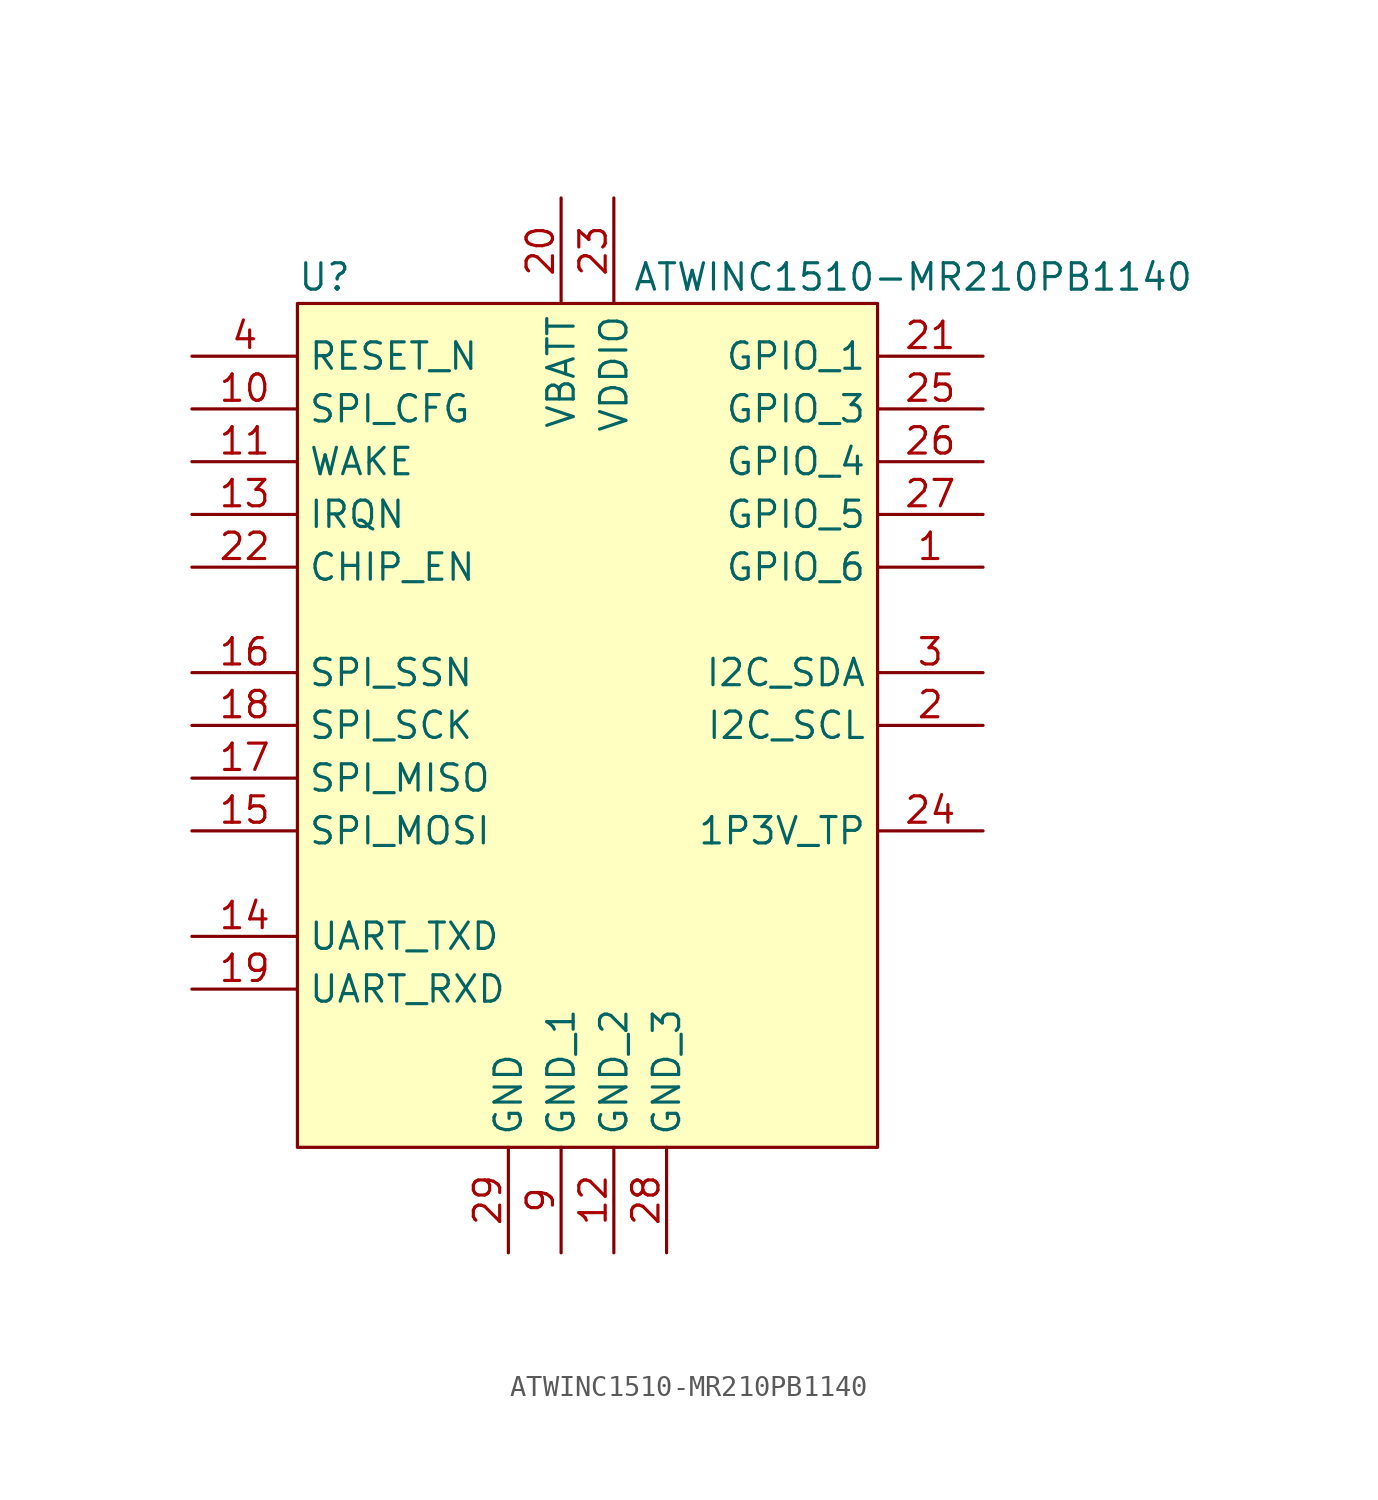
<source format=kicad_sym>
(kicad_symbol_lib
  (version 20220914)
  (generator kicad_symbol_editor)
  (symbol "ATWINC1510-MR210PB1140"
    (property "Reference" "U"
      (at -13.97 21.59 0)
      (effects (font (size 1.27 1.27)) (justify left)))
    (property "Value" "ATWINC1510-MR210PB1140"
      (at 29.21 21.59 0)
      (effects (font (size 1.27 1.27)) (justify right)))
    (symbol "ATWINC1510-MR210PB1140_0_0"
      (pin bidirectional line (at 19.05 7.62 180) (length 5.08) (name "GPIO_6" (effects (font (size 1.27 1.27)))) (number "1" (effects (font (size 1.27 1.27)))))
      (pin passive line (at -19.05 15.24 0) (length 5.08) (name "SPI_CFG" (effects (font (size 1.27 1.27)))) (number "10" (effects (font (size 1.27 1.27)))))
      (pin passive line (at -19.05 12.7 0) (length 5.08) (name "WAKE" (effects (font (size 1.27 1.27)))) (number "11" (effects (font (size 1.27 1.27)))))
      (pin power_in line (at 1.27 -25.4 90) (length 5.08) (name "GND_2" (effects (font (size 1.27 1.27)))) (number "12" (effects (font (size 1.27 1.27)))))
      (pin passive line (at -19.05 10.16 0) (length 5.08) (name "IRQN" (effects (font (size 1.27 1.27)))) (number "13" (effects (font (size 1.27 1.27)))))
      (pin output line (at -19.05 -10.16 0) (length 5.08) (name "UART_TXD" (effects (font (size 1.27 1.27)))) (number "14" (effects (font (size 1.27 1.27)))))
      (pin input line (at -19.05 -5.08 0) (length 5.08) (name "SPI_MOSI" (effects (font (size 1.27 1.27)))) (number "15" (effects (font (size 1.27 1.27)))))
      (pin input line (at -19.05 2.54 0) (length 5.08) (name "SPI_SSN" (effects (font (size 1.27 1.27)))) (number "16" (effects (font (size 1.27 1.27)))))
      (pin output line (at -19.05 -2.54 0) (length 5.08) (name "SPI_MISO" (effects (font (size 1.27 1.27)))) (number "17" (effects (font (size 1.27 1.27)))))
      (pin input line (at -19.05 0 0) (length 5.08) (name "SPI_SCK" (effects (font (size 1.27 1.27)))) (number "18" (effects (font (size 1.27 1.27)))))
      (pin input line (at -19.05 -12.7 0) (length 5.08) (name "UART_RXD" (effects (font (size 1.27 1.27)))) (number "19" (effects (font (size 1.27 1.27)))))
      (pin bidirectional line (at 19.05 0 180) (length 5.08) (name "I2C_SCL" (effects (font (size 1.27 1.27)))) (number "2" (effects (font (size 1.27 1.27)))))
      (pin passive line (at -1.27 25.4 270) (length 5.08) (name "VBATT" (effects (font (size 1.27 1.27)))) (number "20" (effects (font (size 1.27 1.27)))))
      (pin bidirectional line (at 19.05 17.78 180) (length 5.08) (name "GPIO_1" (effects (font (size 1.27 1.27)))) (number "21" (effects (font (size 1.27 1.27)))))
      (pin input line (at -19.05 7.62 0) (length 5.08) (name "CHIP_EN" (effects (font (size 1.27 1.27)))) (number "22" (effects (font (size 1.27 1.27)))))
      (pin passive line (at 1.27 25.4 270) (length 5.08) (name "VDDIO" (effects (font (size 1.27 1.27)))) (number "23" (effects (font (size 1.27 1.27)))))
      (pin passive line (at 19.05 -5.08 180) (length 5.08) (name "1P3V_TP" (effects (font (size 1.27 1.27)))) (number "24" (effects (font (size 1.27 1.27)))))
      (pin bidirectional line (at 19.05 15.24 180) (length 5.08) (name "GPIO_3" (effects (font (size 1.27 1.27)))) (number "25" (effects (font (size 1.27 1.27)))))
      (pin bidirectional line (at 19.05 12.7 180) (length 5.08) (name "GPIO_4" (effects (font (size 1.27 1.27)))) (number "26" (effects (font (size 1.27 1.27)))))
      (pin bidirectional line (at 19.05 10.16 180) (length 5.08) (name "GPIO_5" (effects (font (size 1.27 1.27)))) (number "27" (effects (font (size 1.27 1.27)))))
      (pin power_in line (at 3.81 -25.4 90) (length 5.08) (name "GND_3" (effects (font (size 1.27 1.27)))) (number "28" (effects (font (size 1.27 1.27)))))
      (pin power_in line (at -3.81 -25.4 90) (length 5.08) (name "GND" (effects (font (size 1.27 1.27)))) (number "29" (effects (font (size 1.27 1.27)))))
      (pin bidirectional line (at 19.05 2.54 180) (length 5.08) (name "I2C_SDA" (effects (font (size 1.27 1.27)))) (number "3" (effects (font (size 1.27 1.27)))))
      (pin power_in line (at -1.27 -25.4 90) (length 5.08) (name "GND_1" (effects (font (size 1.27 1.27)))) (number "9" (effects (font (size 1.27 1.27))))))
    (symbol "ATWINC1510-MR210PB1140_1_0"
      (pin input line (at -19.05 17.78 0) (length 5.08) (name "RESET_N" (effects (font (size 1.27 1.27)))) (number "4" (effects (font (size 1.27 1.27)))))
      (pin no_connect line (at 13.97 -7.62 180) (length 5.08) hide (name "NC_1" (effects (font (size 1.27 1.27)))) (number "5" (effects (font (size 1.27 1.27)))))
      (pin no_connect line (at 13.97 -10.16 180) (length 5.08) hide (name "NC_2" (effects (font (size 1.27 1.27)))) (number "6" (effects (font (size 1.27 1.27)))))
      (pin no_connect line (at 13.97 -12.7 180) (length 5.08) hide (name "NC_3" (effects (font (size 1.27 1.27)))) (number "7" (effects (font (size 1.27 1.27)))))
      (pin no_connect line (at 13.97 -15.24 180) (length 5.08) hide (name "NC_4" (effects (font (size 1.27 1.27)))) (number "8" (effects (font (size 1.27 1.27))))))
    (symbol "ATWINC1510-MR210PB1140_1_1"
      (rectangle (start -13.97 20.32) (end 13.97 -20.32) (stroke (width 0) (type default)) (fill (type background))))))
</source>
